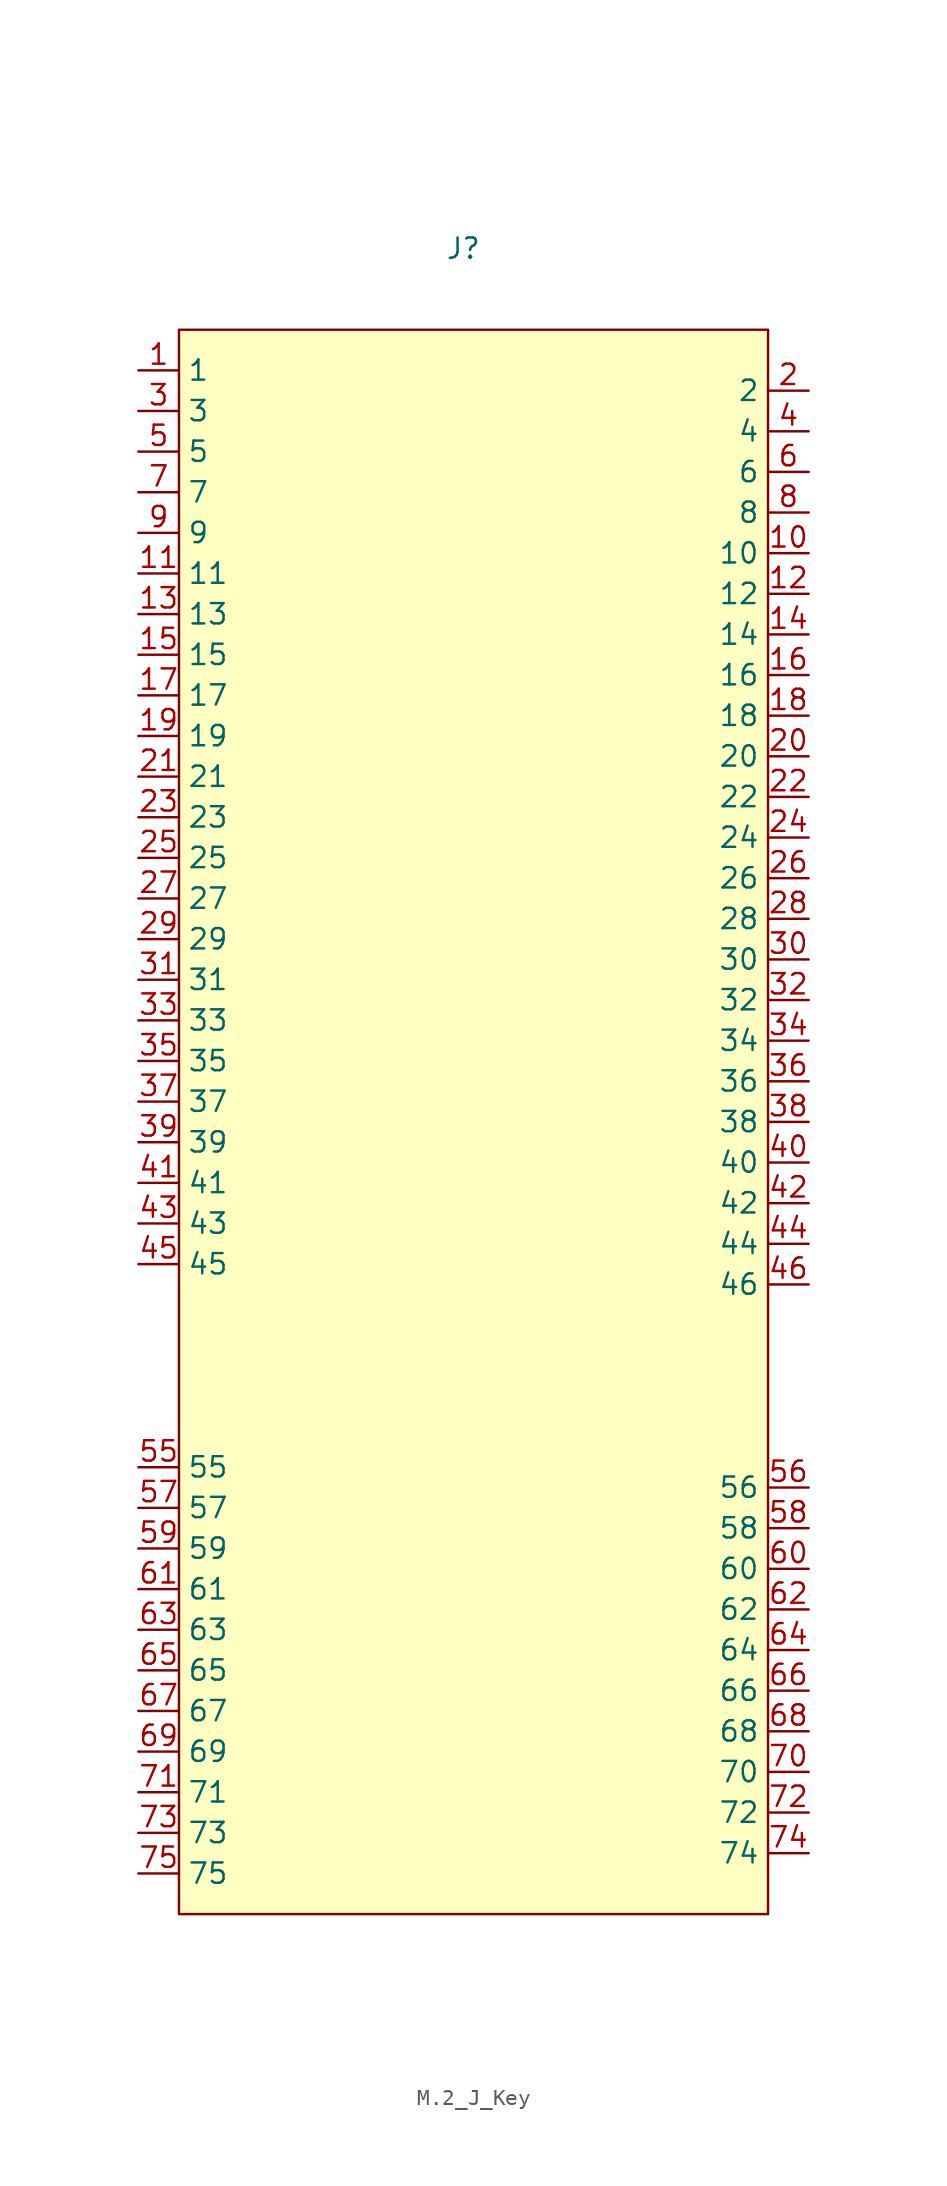
<source format=kicad_sym>
(kicad_symbol_lib
  (version 20241209)
  (generator "kicad_symbol_editor")
  (generator_version "9.0")
  (symbol "M.2_J_Key"
    (property "Reference" "J"
      (at 0 0 0)
      (effects (font (size 1.27 1.27))))
    (property "Value" ""
      (at 0 0 0)
      (effects (font (size 1.27 1.27))))
    (symbol "M.2_J_Key_0_1"
      (rectangle (start -17.78 -5.08) (end 19.05 -104.14) (stroke (width 0) (type default)) (fill (type background))))
    (symbol "M.2_J_Key_1_1"
      (pin unspecified line (at -20.32 -7.62 0) (length 2.54) (name "1" (effects (font (size 1.27 1.27)))) (number "1" (effects (font (size 1.27 1.27)))))
      (pin unspecified line (at -20.32 -10.16 0) (length 2.54) (name "3" (effects (font (size 1.27 1.27)))) (number "3" (effects (font (size 1.27 1.27)))))
      (pin unspecified line (at -20.32 -12.7 0) (length 2.54) (name "5" (effects (font (size 1.27 1.27)))) (number "5" (effects (font (size 1.27 1.27)))))
      (pin unspecified line (at -20.32 -15.24 0) (length 2.54) (name "7" (effects (font (size 1.27 1.27)))) (number "7" (effects (font (size 1.27 1.27)))))
      (pin unspecified line (at -20.32 -17.78 0) (length 2.54) (name "9" (effects (font (size 1.27 1.27)))) (number "9" (effects (font (size 1.27 1.27)))))
      (pin unspecified line (at -20.32 -20.32 0) (length 2.54) (name "11" (effects (font (size 1.27 1.27)))) (number "11" (effects (font (size 1.27 1.27)))))
      (pin unspecified line (at -20.32 -22.86 0) (length 2.54) (name "13" (effects (font (size 1.27 1.27)))) (number "13" (effects (font (size 1.27 1.27)))))
      (pin unspecified line (at -20.32 -25.4 0) (length 2.54) (name "15" (effects (font (size 1.27 1.27)))) (number "15" (effects (font (size 1.27 1.27)))))
      (pin unspecified line (at -20.32 -27.94 0) (length 2.54) (name "17" (effects (font (size 1.27 1.27)))) (number "17" (effects (font (size 1.27 1.27)))))
      (pin unspecified line (at -20.32 -30.48 0) (length 2.54) (name "19" (effects (font (size 1.27 1.27)))) (number "19" (effects (font (size 1.27 1.27)))))
      (pin unspecified line (at -20.32 -33.02 0) (length 2.54) (name "21" (effects (font (size 1.27 1.27)))) (number "21" (effects (font (size 1.27 1.27)))))
      (pin unspecified line (at -20.32 -35.56 0) (length 2.54) (name "23" (effects (font (size 1.27 1.27)))) (number "23" (effects (font (size 1.27 1.27)))))
      (pin unspecified line (at -20.32 -38.1 0) (length 2.54) (name "25" (effects (font (size 1.27 1.27)))) (number "25" (effects (font (size 1.27 1.27)))))
      (pin unspecified line (at -20.32 -40.64 0) (length 2.54) (name "27" (effects (font (size 1.27 1.27)))) (number "27" (effects (font (size 1.27 1.27)))))
      (pin unspecified line (at -20.32 -43.18 0) (length 2.54) (name "29" (effects (font (size 1.27 1.27)))) (number "29" (effects (font (size 1.27 1.27)))))
      (pin unspecified line (at -20.32 -45.72 0) (length 2.54) (name "31" (effects (font (size 1.27 1.27)))) (number "31" (effects (font (size 1.27 1.27)))))
      (pin unspecified line (at -20.32 -48.26 0) (length 2.54) (name "33" (effects (font (size 1.27 1.27)))) (number "33" (effects (font (size 1.27 1.27)))))
      (pin unspecified line (at -20.32 -50.8 0) (length 2.54) (name "35" (effects (font (size 1.27 1.27)))) (number "35" (effects (font (size 1.27 1.27)))))
      (pin unspecified line (at -20.32 -53.34 0) (length 2.54) (name "37" (effects (font (size 1.27 1.27)))) (number "37" (effects (font (size 1.27 1.27)))))
      (pin unspecified line (at -20.32 -55.88 0) (length 2.54) (name "39" (effects (font (size 1.27 1.27)))) (number "39" (effects (font (size 1.27 1.27)))))
      (pin unspecified line (at -20.32 -58.42 0) (length 2.54) (name "41" (effects (font (size 1.27 1.27)))) (number "41" (effects (font (size 1.27 1.27)))))
      (pin unspecified line (at -20.32 -60.96 0) (length 2.54) (name "43" (effects (font (size 1.27 1.27)))) (number "43" (effects (font (size 1.27 1.27)))))
      (pin unspecified line (at -20.32 -63.5 0) (length 2.54) (name "45" (effects (font (size 1.27 1.27)))) (number "45" (effects (font (size 1.27 1.27)))))
      (pin unspecified line (at -20.32 -76.2 0) (length 2.54) (name "55" (effects (font (size 1.27 1.27)))) (number "55" (effects (font (size 1.27 1.27)))))
      (pin unspecified line (at -20.32 -78.74 0) (length 2.54) (name "57" (effects (font (size 1.27 1.27)))) (number "57" (effects (font (size 1.27 1.27)))))
      (pin unspecified line (at -20.32 -81.28 0) (length 2.54) (name "59" (effects (font (size 1.27 1.27)))) (number "59" (effects (font (size 1.27 1.27)))))
      (pin unspecified line (at -20.32 -83.82 0) (length 2.54) (name "61" (effects (font (size 1.27 1.27)))) (number "61" (effects (font (size 1.27 1.27)))))
      (pin unspecified line (at -20.32 -86.36 0) (length 2.54) (name "63" (effects (font (size 1.27 1.27)))) (number "63" (effects (font (size 1.27 1.27)))))
      (pin unspecified line (at -20.32 -88.9 0) (length 2.54) (name "65" (effects (font (size 1.27 1.27)))) (number "65" (effects (font (size 1.27 1.27)))))
      (pin unspecified line (at -20.32 -91.44 0) (length 2.54) (name "67" (effects (font (size 1.27 1.27)))) (number "67" (effects (font (size 1.27 1.27)))))
      (pin unspecified line (at -20.32 -93.98 0) (length 2.54) (name "69" (effects (font (size 1.27 1.27)))) (number "69" (effects (font (size 1.27 1.27)))))
      (pin unspecified line (at -20.32 -96.52 0) (length 2.54) (name "71" (effects (font (size 1.27 1.27)))) (number "71" (effects (font (size 1.27 1.27)))))
      (pin unspecified line (at -20.32 -99.06 0) (length 2.54) (name "73" (effects (font (size 1.27 1.27)))) (number "73" (effects (font (size 1.27 1.27)))))
      (pin unspecified line (at -20.32 -101.6 0) (length 2.54) (name "75" (effects (font (size 1.27 1.27)))) (number "75" (effects (font (size 1.27 1.27)))))
      (pin unspecified line (at 21.59 -8.89 180) (length 2.54) (name "2" (effects (font (size 1.27 1.27)))) (number "2" (effects (font (size 1.27 1.27)))))
      (pin unspecified line (at 21.59 -11.43 180) (length 2.54) (name "4" (effects (font (size 1.27 1.27)))) (number "4" (effects (font (size 1.27 1.27)))))
      (pin unspecified line (at 21.59 -13.97 180) (length 2.54) (name "6" (effects (font (size 1.27 1.27)))) (number "6" (effects (font (size 1.27 1.27)))))
      (pin unspecified line (at 21.59 -16.51 180) (length 2.54) (name "8" (effects (font (size 1.27 1.27)))) (number "8" (effects (font (size 1.27 1.27)))))
      (pin unspecified line (at 21.59 -19.05 180) (length 2.54) (name "10" (effects (font (size 1.27 1.27)))) (number "10" (effects (font (size 1.27 1.27)))))
      (pin unspecified line (at 21.59 -21.59 180) (length 2.54) (name "12" (effects (font (size 1.27 1.27)))) (number "12" (effects (font (size 1.27 1.27)))))
      (pin unspecified line (at 21.59 -24.13 180) (length 2.54) (name "14" (effects (font (size 1.27 1.27)))) (number "14" (effects (font (size 1.27 1.27)))))
      (pin unspecified line (at 21.59 -26.67 180) (length 2.54) (name "16" (effects (font (size 1.27 1.27)))) (number "16" (effects (font (size 1.27 1.27)))))
      (pin unspecified line (at 21.59 -29.21 180) (length 2.54) (name "18" (effects (font (size 1.27 1.27)))) (number "18" (effects (font (size 1.27 1.27)))))
      (pin unspecified line (at 21.59 -31.75 180) (length 2.54) (name "20" (effects (font (size 1.27 1.27)))) (number "20" (effects (font (size 1.27 1.27)))))
      (pin unspecified line (at 21.59 -34.29 180) (length 2.54) (name "22" (effects (font (size 1.27 1.27)))) (number "22" (effects (font (size 1.27 1.27)))))
      (pin unspecified line (at 21.59 -36.83 180) (length 2.54) (name "24" (effects (font (size 1.27 1.27)))) (number "24" (effects (font (size 1.27 1.27)))))
      (pin unspecified line (at 21.59 -39.37 180) (length 2.54) (name "26" (effects (font (size 1.27 1.27)))) (number "26" (effects (font (size 1.27 1.27)))))
      (pin unspecified line (at 21.59 -41.91 180) (length 2.54) (name "28" (effects (font (size 1.27 1.27)))) (number "28" (effects (font (size 1.27 1.27)))))
      (pin unspecified line (at 21.59 -44.45 180) (length 2.54) (name "30" (effects (font (size 1.27 1.27)))) (number "30" (effects (font (size 1.27 1.27)))))
      (pin unspecified line (at 21.59 -46.99 180) (length 2.54) (name "32" (effects (font (size 1.27 1.27)))) (number "32" (effects (font (size 1.27 1.27)))))
      (pin unspecified line (at 21.59 -49.53 180) (length 2.54) (name "34" (effects (font (size 1.27 1.27)))) (number "34" (effects (font (size 1.27 1.27)))))
      (pin unspecified line (at 21.59 -52.07 180) (length 2.54) (name "36" (effects (font (size 1.27 1.27)))) (number "36" (effects (font (size 1.27 1.27)))))
      (pin unspecified line (at 21.59 -54.61 180) (length 2.54) (name "38" (effects (font (size 1.27 1.27)))) (number "38" (effects (font (size 1.27 1.27)))))
      (pin unspecified line (at 21.59 -57.15 180) (length 2.54) (name "40" (effects (font (size 1.27 1.27)))) (number "40" (effects (font (size 1.27 1.27)))))
      (pin unspecified line (at 21.59 -59.69 180) (length 2.54) (name "42" (effects (font (size 1.27 1.27)))) (number "42" (effects (font (size 1.27 1.27)))))
      (pin unspecified line (at 21.59 -62.23 180) (length 2.54) (name "44" (effects (font (size 1.27 1.27)))) (number "44" (effects (font (size 1.27 1.27)))))
      (pin unspecified line (at 21.59 -64.77 180) (length 2.54) (name "46" (effects (font (size 1.27 1.27)))) (number "46" (effects (font (size 1.27 1.27)))))
      (pin unspecified line (at 21.59 -77.47 180) (length 2.54) (name "56" (effects (font (size 1.27 1.27)))) (number "56" (effects (font (size 1.27 1.27)))))
      (pin unspecified line (at 21.59 -80.01 180) (length 2.54) (name "58" (effects (font (size 1.27 1.27)))) (number "58" (effects (font (size 1.27 1.27)))))
      (pin unspecified line (at 21.59 -82.55 180) (length 2.54) (name "60" (effects (font (size 1.27 1.27)))) (number "60" (effects (font (size 1.27 1.27)))))
      (pin unspecified line (at 21.59 -85.09 180) (length 2.54) (name "62" (effects (font (size 1.27 1.27)))) (number "62" (effects (font (size 1.27 1.27)))))
      (pin unspecified line (at 21.59 -87.63 180) (length 2.54) (name "64" (effects (font (size 1.27 1.27)))) (number "64" (effects (font (size 1.27 1.27)))))
      (pin unspecified line (at 21.59 -90.17 180) (length 2.54) (name "66" (effects (font (size 1.27 1.27)))) (number "66" (effects (font (size 1.27 1.27)))))
      (pin unspecified line (at 21.59 -92.71 180) (length 2.54) (name "68" (effects (font (size 1.27 1.27)))) (number "68" (effects (font (size 1.27 1.27)))))
      (pin unspecified line (at 21.59 -95.25 180) (length 2.54) (name "70" (effects (font (size 1.27 1.27)))) (number "70" (effects (font (size 1.27 1.27)))))
      (pin unspecified line (at 21.59 -97.79 180) (length 2.54) (name "72" (effects (font (size 1.27 1.27)))) (number "72" (effects (font (size 1.27 1.27)))))
      (pin unspecified line (at 21.59 -100.33 180) (length 2.54) (name "74" (effects (font (size 1.27 1.27)))) (number "74" (effects (font (size 1.27 1.27))))))))
</source>
